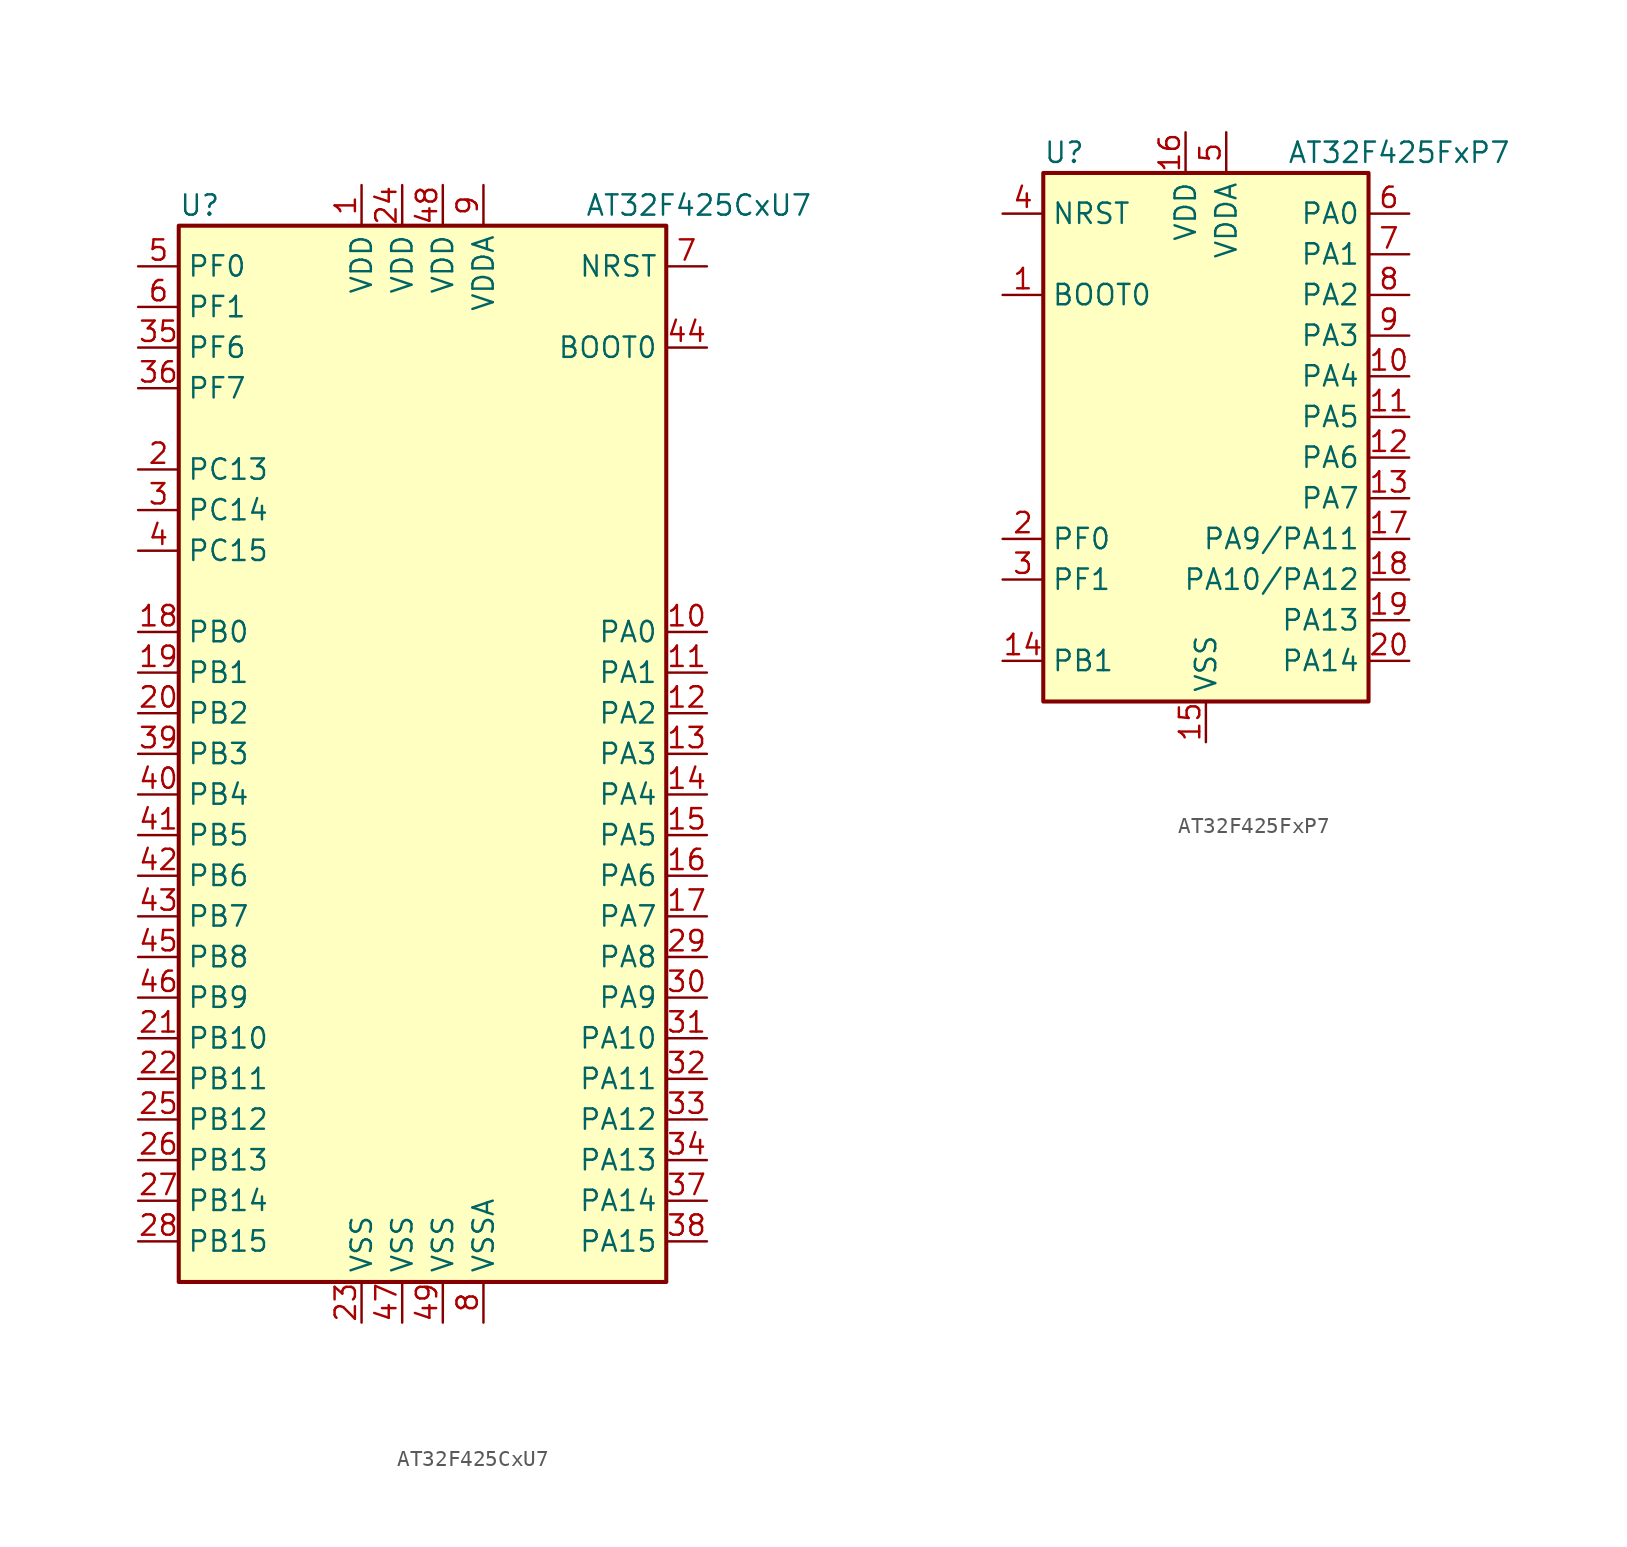
<source format=kicad_sym>
(kicad_symbol_lib
  (version 20220331)
  (generator kicad_symbol_editor)
  (symbol "AT32F425CxU7"
    (property "Reference" "U"
      (at -15.24 34.29 0)
      (effects (font (size 1.27 1.27)) (justify left)))
    (property "Value" "AT32F425CxU7"
      (at 10.16 34.29 0)
      (effects (font (size 1.27 1.27)) (justify left)))
    (symbol "AT32F425CxU7_0_1"
      (rectangle (start -15.24 33.02) (end 15.24 -33.02) (stroke (width 0.254) (type default)) (fill (type background))))
    (symbol "AT32F425CxU7_1_1"
      (pin power_in line (at -3.81 35.56 270) (length 2.54) (name "VDD" (effects (font (size 1.27 1.27)))) (number "1" (effects (font (size 1.27 1.27)))))
      (pin bidirectional line (at 17.78 7.62 180) (length 2.54) (name "PA0" (effects (font (size 1.27 1.27)))) (number "10" (effects (font (size 1.27 1.27)))))
      (pin bidirectional line (at 17.78 5.08 180) (length 2.54) (name "PA1" (effects (font (size 1.27 1.27)))) (number "11" (effects (font (size 1.27 1.27)))))
      (pin bidirectional line (at 17.78 2.54 180) (length 2.54) (name "PA2" (effects (font (size 1.27 1.27)))) (number "12" (effects (font (size 1.27 1.27)))))
      (pin bidirectional line (at 17.78 0 180) (length 2.54) (name "PA3" (effects (font (size 1.27 1.27)))) (number "13" (effects (font (size 1.27 1.27)))))
      (pin bidirectional line (at 17.78 -2.54 180) (length 2.54) (name "PA4" (effects (font (size 1.27 1.27)))) (number "14" (effects (font (size 1.27 1.27)))))
      (pin bidirectional line (at 17.78 -5.08 180) (length 2.54) (name "PA5" (effects (font (size 1.27 1.27)))) (number "15" (effects (font (size 1.27 1.27)))))
      (pin bidirectional line (at 17.78 -7.62 180) (length 2.54) (name "PA6" (effects (font (size 1.27 1.27)))) (number "16" (effects (font (size 1.27 1.27)))))
      (pin bidirectional line (at 17.78 -10.16 180) (length 2.54) (name "PA7" (effects (font (size 1.27 1.27)))) (number "17" (effects (font (size 1.27 1.27)))))
      (pin bidirectional line (at -17.78 7.62 0) (length 2.54) (name "PB0" (effects (font (size 1.27 1.27)))) (number "18" (effects (font (size 1.27 1.27)))))
      (pin bidirectional line (at -17.78 5.08 0) (length 2.54) (name "PB1" (effects (font (size 1.27 1.27)))) (number "19" (effects (font (size 1.27 1.27)))))
      (pin bidirectional line (at -17.78 17.78 0) (length 2.54) (name "PC13" (effects (font (size 1.27 1.27)))) (number "2" (effects (font (size 1.27 1.27)))))
      (pin bidirectional line (at -17.78 2.54 0) (length 2.54) (name "PB2" (effects (font (size 1.27 1.27)))) (number "20" (effects (font (size 1.27 1.27)))))
      (pin bidirectional line (at -17.78 -17.78 0) (length 2.54) (name "PB10" (effects (font (size 1.27 1.27)))) (number "21" (effects (font (size 1.27 1.27)))))
      (pin bidirectional line (at -17.78 -20.32 0) (length 2.54) (name "PB11" (effects (font (size 1.27 1.27)))) (number "22" (effects (font (size 1.27 1.27)))))
      (pin power_in line (at -3.81 -35.56 90) (length 2.54) (name "VSS" (effects (font (size 1.27 1.27)))) (number "23" (effects (font (size 1.27 1.27)))))
      (pin power_in line (at -1.27 35.56 270) (length 2.54) (name "VDD" (effects (font (size 1.27 1.27)))) (number "24" (effects (font (size 1.27 1.27)))))
      (pin bidirectional line (at -17.78 -22.86 0) (length 2.54) (name "PB12" (effects (font (size 1.27 1.27)))) (number "25" (effects (font (size 1.27 1.27)))))
      (pin bidirectional line (at -17.78 -25.4 0) (length 2.54) (name "PB13" (effects (font (size 1.27 1.27)))) (number "26" (effects (font (size 1.27 1.27)))))
      (pin bidirectional line (at -17.78 -27.94 0) (length 2.54) (name "PB14" (effects (font (size 1.27 1.27)))) (number "27" (effects (font (size 1.27 1.27)))))
      (pin bidirectional line (at -17.78 -30.48 0) (length 2.54) (name "PB15" (effects (font (size 1.27 1.27)))) (number "28" (effects (font (size 1.27 1.27)))))
      (pin bidirectional line (at 17.78 -12.7 180) (length 2.54) (name "PA8" (effects (font (size 1.27 1.27)))) (number "29" (effects (font (size 1.27 1.27)))))
      (pin bidirectional line (at -17.78 15.24 0) (length 2.54) (name "PC14" (effects (font (size 1.27 1.27)))) (number "3" (effects (font (size 1.27 1.27)))))
      (pin bidirectional line (at 17.78 -15.24 180) (length 2.54) (name "PA9" (effects (font (size 1.27 1.27)))) (number "30" (effects (font (size 1.27 1.27)))))
      (pin bidirectional line (at 17.78 -17.78 180) (length 2.54) (name "PA10" (effects (font (size 1.27 1.27)))) (number "31" (effects (font (size 1.27 1.27)))))
      (pin bidirectional line (at 17.78 -20.32 180) (length 2.54) (name "PA11" (effects (font (size 1.27 1.27)))) (number "32" (effects (font (size 1.27 1.27)))))
      (pin bidirectional line (at 17.78 -22.86 180) (length 2.54) (name "PA12" (effects (font (size 1.27 1.27)))) (number "33" (effects (font (size 1.27 1.27)))))
      (pin bidirectional line (at 17.78 -25.4 180) (length 2.54) (name "PA13" (effects (font (size 1.27 1.27)))) (number "34" (effects (font (size 1.27 1.27)))))
      (pin bidirectional line (at -17.78 25.4 0) (length 2.54) (name "PF6" (effects (font (size 1.27 1.27)))) (number "35" (effects (font (size 1.27 1.27)))))
      (pin bidirectional line (at -17.78 22.86 0) (length 2.54) (name "PF7" (effects (font (size 1.27 1.27)))) (number "36" (effects (font (size 1.27 1.27)))))
      (pin bidirectional line (at 17.78 -27.94 180) (length 2.54) (name "PA14" (effects (font (size 1.27 1.27)))) (number "37" (effects (font (size 1.27 1.27)))))
      (pin bidirectional line (at 17.78 -30.48 180) (length 2.54) (name "PA15" (effects (font (size 1.27 1.27)))) (number "38" (effects (font (size 1.27 1.27)))))
      (pin bidirectional line (at -17.78 0 0) (length 2.54) (name "PB3" (effects (font (size 1.27 1.27)))) (number "39" (effects (font (size 1.27 1.27)))))
      (pin bidirectional line (at -17.78 12.7 0) (length 2.54) (name "PC15" (effects (font (size 1.27 1.27)))) (number "4" (effects (font (size 1.27 1.27)))))
      (pin bidirectional line (at -17.78 -2.54 0) (length 2.54) (name "PB4" (effects (font (size 1.27 1.27)))) (number "40" (effects (font (size 1.27 1.27)))))
      (pin bidirectional line (at -17.78 -5.08 0) (length 2.54) (name "PB5" (effects (font (size 1.27 1.27)))) (number "41" (effects (font (size 1.27 1.27)))))
      (pin bidirectional line (at -17.78 -7.62 0) (length 2.54) (name "PB6" (effects (font (size 1.27 1.27)))) (number "42" (effects (font (size 1.27 1.27)))))
      (pin bidirectional line (at -17.78 -10.16 0) (length 2.54) (name "PB7" (effects (font (size 1.27 1.27)))) (number "43" (effects (font (size 1.27 1.27)))))
      (pin input line (at 17.78 25.4 180) (length 2.54) (name "BOOT0" (effects (font (size 1.27 1.27)))) (number "44" (effects (font (size 1.27 1.27)))))
      (pin bidirectional line (at -17.78 -12.7 0) (length 2.54) (name "PB8" (effects (font (size 1.27 1.27)))) (number "45" (effects (font (size 1.27 1.27)))))
      (pin bidirectional line (at -17.78 -15.24 0) (length 2.54) (name "PB9" (effects (font (size 1.27 1.27)))) (number "46" (effects (font (size 1.27 1.27)))))
      (pin power_in line (at -1.27 -35.56 90) (length 2.54) (name "VSS" (effects (font (size 1.27 1.27)))) (number "47" (effects (font (size 1.27 1.27)))))
      (pin power_in line (at 1.27 35.56 270) (length 2.54) (name "VDD" (effects (font (size 1.27 1.27)))) (number "48" (effects (font (size 1.27 1.27)))))
      (pin power_in line (at 1.27 -35.56 90) (length 2.54) (name "VSS" (effects (font (size 1.27 1.27)))) (number "49" (effects (font (size 1.27 1.27)))))
      (pin input line (at -17.78 30.48 0) (length 2.54) (name "PF0" (effects (font (size 1.27 1.27)))) (number "5" (effects (font (size 1.27 1.27)))))
      (pin input line (at -17.78 27.94 0) (length 2.54) (name "PF1" (effects (font (size 1.27 1.27)))) (number "6" (effects (font (size 1.27 1.27)))))
      (pin input line (at 17.78 30.48 180) (length 2.54) (name "NRST" (effects (font (size 1.27 1.27)))) (number "7" (effects (font (size 1.27 1.27)))))
      (pin power_in line (at 3.81 -35.56 90) (length 2.54) (name "VSSA" (effects (font (size 1.27 1.27)))) (number "8" (effects (font (size 1.27 1.27)))))
      (pin power_in line (at 3.81 35.56 270) (length 2.54) (name "VDDA" (effects (font (size 1.27 1.27)))) (number "9" (effects (font (size 1.27 1.27)))))))
  (symbol "AT32F425FxP7"
    (property "Reference" "U"
      (at -10.16 17.78 0)
      (effects (font (size 1.27 1.27)) (justify left)))
    (property "Value" "AT32F425FxP7"
      (at 5.08 17.78 0)
      (effects (font (size 1.27 1.27)) (justify left)))
    (symbol "AT32F425FxP7_0_1"
      (rectangle (start -10.16 -16.51) (end 10.16 16.51) (stroke (width 0.254) (type default)) (fill (type background))))
    (symbol "AT32F425FxP7_1_1"
      (pin input line (at -12.7 8.89 0) (length 2.54) (name "BOOT0" (effects (font (size 1.27 1.27)))) (number "1" (effects (font (size 1.27 1.27)))))
      (pin bidirectional line (at 12.7 3.81 180) (length 2.54) (name "PA4" (effects (font (size 1.27 1.27)))) (number "10" (effects (font (size 1.27 1.27)))))
      (pin bidirectional line (at 12.7 1.27 180) (length 2.54) (name "PA5" (effects (font (size 1.27 1.27)))) (number "11" (effects (font (size 1.27 1.27)))))
      (pin bidirectional line (at 12.7 -1.27 180) (length 2.54) (name "PA6" (effects (font (size 1.27 1.27)))) (number "12" (effects (font (size 1.27 1.27)))))
      (pin bidirectional line (at 12.7 -3.81 180) (length 2.54) (name "PA7" (effects (font (size 1.27 1.27)))) (number "13" (effects (font (size 1.27 1.27)))))
      (pin bidirectional line (at -12.7 -13.97 0) (length 2.54) (name "PB1" (effects (font (size 1.27 1.27)))) (number "14" (effects (font (size 1.27 1.27)))))
      (pin power_in line (at 0 -19.05 90) (length 2.54) (name "VSS" (effects (font (size 1.27 1.27)))) (number "15" (effects (font (size 1.27 1.27)))))
      (pin power_in line (at -1.27 19.05 270) (length 2.54) (name "VDD" (effects (font (size 1.27 1.27)))) (number "16" (effects (font (size 1.27 1.27)))))
      (pin bidirectional line (at 12.7 -6.35 180) (length 2.54) (name "PA9/PA11" (effects (font (size 1.27 1.27)))) (number "17" (effects (font (size 1.27 1.27)))))
      (pin bidirectional line (at 12.7 -8.89 180) (length 2.54) (name "PA10/PA12" (effects (font (size 1.27 1.27)))) (number "18" (effects (font (size 1.27 1.27)))))
      (pin bidirectional line (at 12.7 -11.43 180) (length 2.54) (name "PA13" (effects (font (size 1.27 1.27)))) (number "19" (effects (font (size 1.27 1.27)))))
      (pin input line (at -12.7 -6.35 0) (length 2.54) (name "PF0" (effects (font (size 1.27 1.27)))) (number "2" (effects (font (size 1.27 1.27)))))
      (pin bidirectional line (at 12.7 -13.97 180) (length 2.54) (name "PA14" (effects (font (size 1.27 1.27)))) (number "20" (effects (font (size 1.27 1.27)))))
      (pin input line (at -12.7 -8.89 0) (length 2.54) (name "PF1" (effects (font (size 1.27 1.27)))) (number "3" (effects (font (size 1.27 1.27)))))
      (pin input line (at -12.7 13.97 0) (length 2.54) (name "NRST" (effects (font (size 1.27 1.27)))) (number "4" (effects (font (size 1.27 1.27)))))
      (pin power_in line (at 1.27 19.05 270) (length 2.54) (name "VDDA" (effects (font (size 1.27 1.27)))) (number "5" (effects (font (size 1.27 1.27)))))
      (pin bidirectional line (at 12.7 13.97 180) (length 2.54) (name "PA0" (effects (font (size 1.27 1.27)))) (number "6" (effects (font (size 1.27 1.27)))))
      (pin bidirectional line (at 12.7 11.43 180) (length 2.54) (name "PA1" (effects (font (size 1.27 1.27)))) (number "7" (effects (font (size 1.27 1.27)))))
      (pin bidirectional line (at 12.7 8.89 180) (length 2.54) (name "PA2" (effects (font (size 1.27 1.27)))) (number "8" (effects (font (size 1.27 1.27)))))
      (pin bidirectional line (at 12.7 6.35 180) (length 2.54) (name "PA3" (effects (font (size 1.27 1.27)))) (number "9" (effects (font (size 1.27 1.27))))))))
</source>
